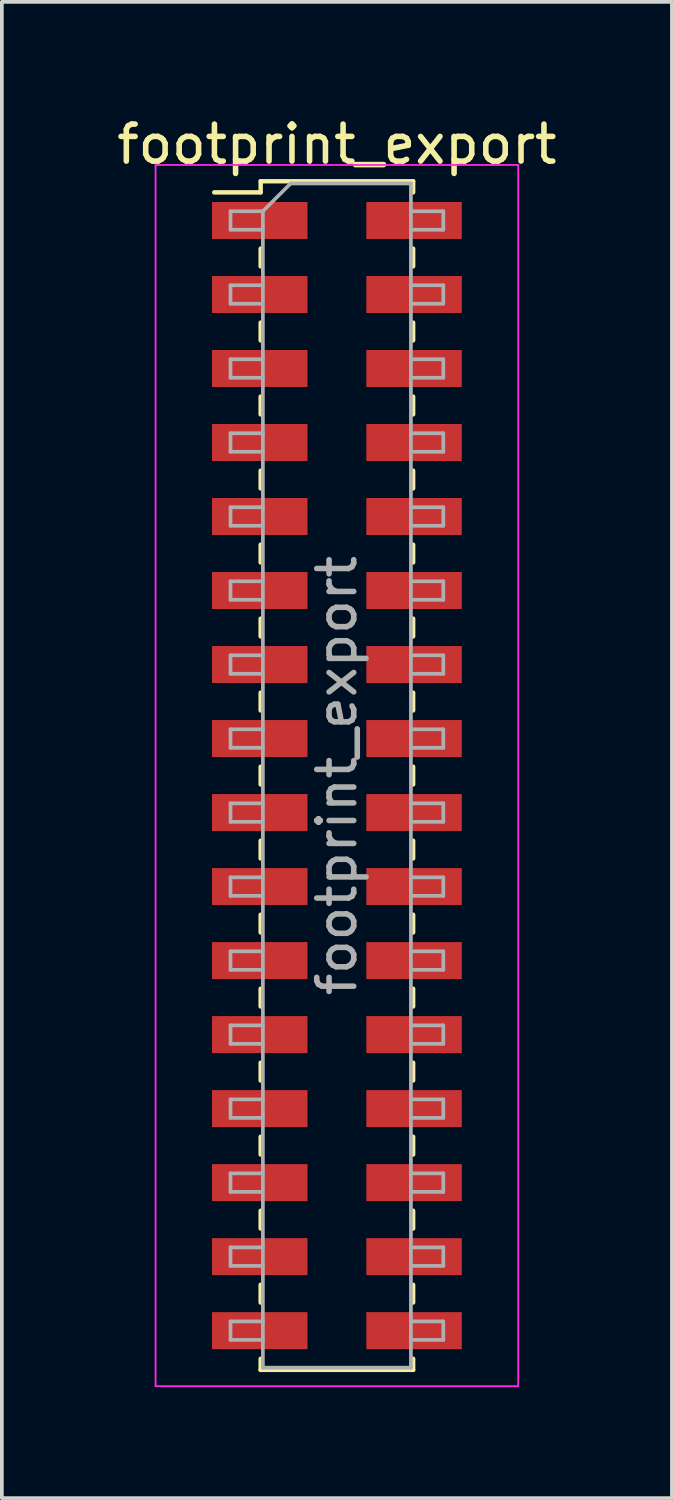
<source format=kicad_pcb>
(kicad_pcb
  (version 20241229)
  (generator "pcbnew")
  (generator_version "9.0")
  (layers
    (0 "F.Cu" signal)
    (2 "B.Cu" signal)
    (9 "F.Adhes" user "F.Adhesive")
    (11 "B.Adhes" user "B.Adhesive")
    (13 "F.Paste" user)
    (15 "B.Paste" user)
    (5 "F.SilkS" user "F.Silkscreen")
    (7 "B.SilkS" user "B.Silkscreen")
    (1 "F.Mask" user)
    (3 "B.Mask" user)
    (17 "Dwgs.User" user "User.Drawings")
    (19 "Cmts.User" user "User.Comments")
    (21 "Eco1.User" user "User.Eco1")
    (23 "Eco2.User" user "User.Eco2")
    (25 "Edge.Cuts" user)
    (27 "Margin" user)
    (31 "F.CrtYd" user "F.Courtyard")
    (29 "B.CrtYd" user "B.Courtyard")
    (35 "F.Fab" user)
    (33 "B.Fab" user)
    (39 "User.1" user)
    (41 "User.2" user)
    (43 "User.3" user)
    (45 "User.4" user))
  (footprint "footprint_export"
    (layer "F.Cu")
    (at 6.054 17.908)
    (property "Reference" "footprint_export" (at 0 -17.06 0) (layer "F.SilkS") (effects (font (size 1 1) (thickness 0.15))))
    (attr smd)
    (fp_line (start -3.315 -15.76) (end -2.06 -15.76) (stroke (width 0.12) (type solid)) (layer "F.SilkS"))
    (fp_line (start -2.06 -16.06) (end -2.06 -15.76) (stroke (width 0.12) (type solid)) (layer "F.SilkS"))
    (fp_line (start -2.06 -16.06) (end 2.06 -16.06) (stroke (width 0.12) (type solid)) (layer "F.SilkS"))
    (fp_line (start -2.06 -14.24) (end -2.06 -13.76) (stroke (width 0.12) (type solid)) (layer "F.SilkS"))
    (fp_line (start -2.06 -12.24) (end -2.06 -11.76) (stroke (width 0.12) (type solid)) (layer "F.SilkS"))
    (fp_line (start -2.06 -10.24) (end -2.06 -9.76) (stroke (width 0.12) (type solid)) (layer "F.SilkS"))
    (fp_line (start -2.06 -8.24) (end -2.06 -7.76) (stroke (width 0.12) (type solid)) (layer "F.SilkS"))
    (fp_line (start -2.06 -6.24) (end -2.06 -5.76) (stroke (width 0.12) (type solid)) (layer "F.SilkS"))
    (fp_line (start -2.06 -4.24) (end -2.06 -3.76) (stroke (width 0.12) (type solid)) (layer "F.SilkS"))
    (fp_line (start -2.06 -2.24) (end -2.06 -1.76) (stroke (width 0.12) (type solid)) (layer "F.SilkS"))
    (fp_line (start -2.06 -0.24) (end -2.06 0.24) (stroke (width 0.12) (type solid)) (layer "F.SilkS"))
    (fp_line (start -2.06 1.76) (end -2.06 2.24) (stroke (width 0.12) (type solid)) (layer "F.SilkS"))
    (fp_line (start -2.06 3.76) (end -2.06 4.24) (stroke (width 0.12) (type solid)) (layer "F.SilkS"))
    (fp_line (start -2.06 5.76) (end -2.06 6.24) (stroke (width 0.12) (type solid)) (layer "F.SilkS"))
    (fp_line (start -2.06 7.76) (end -2.06 8.24) (stroke (width 0.12) (type solid)) (layer "F.SilkS"))
    (fp_line (start -2.06 9.76) (end -2.06 10.24) (stroke (width 0.12) (type solid)) (layer "F.SilkS"))
    (fp_line (start -2.06 11.76) (end -2.06 12.24) (stroke (width 0.12) (type solid)) (layer "F.SilkS"))
    (fp_line (start -2.06 13.76) (end -2.06 14.24) (stroke (width 0.12) (type solid)) (layer "F.SilkS"))
    (fp_line (start -2.06 15.76) (end -2.06 16.06) (stroke (width 0.12) (type solid)) (layer "F.SilkS"))
    (fp_line (start -2.06 16.06) (end 2.06 16.06) (stroke (width 0.12) (type solid)) (layer "F.SilkS"))
    (fp_line (start 2.06 -16.06) (end 2.06 -15.76) (stroke (width 0.12) (type solid)) (layer "F.SilkS"))
    (fp_line (start 2.06 -14.24) (end 2.06 -13.76) (stroke (width 0.12) (type solid)) (layer "F.SilkS"))
    (fp_line (start 2.06 -12.24) (end 2.06 -11.76) (stroke (width 0.12) (type solid)) (layer "F.SilkS"))
    (fp_line (start 2.06 -10.24) (end 2.06 -9.76) (stroke (width 0.12) (type solid)) (layer "F.SilkS"))
    (fp_line (start 2.06 -8.24) (end 2.06 -7.76) (stroke (width 0.12) (type solid)) (layer "F.SilkS"))
    (fp_line (start 2.06 -6.24) (end 2.06 -5.76) (stroke (width 0.12) (type solid)) (layer "F.SilkS"))
    (fp_line (start 2.06 -4.24) (end 2.06 -3.76) (stroke (width 0.12) (type solid)) (layer "F.SilkS"))
    (fp_line (start 2.06 -2.24) (end 2.06 -1.76) (stroke (width 0.12) (type solid)) (layer "F.SilkS"))
    (fp_line (start 2.06 -0.24) (end 2.06 0.24) (stroke (width 0.12) (type solid)) (layer "F.SilkS"))
    (fp_line (start 2.06 1.76) (end 2.06 2.24) (stroke (width 0.12) (type solid)) (layer "F.SilkS"))
    (fp_line (start 2.06 3.76) (end 2.06 4.24) (stroke (width 0.12) (type solid)) (layer "F.SilkS"))
    (fp_line (start 2.06 5.76) (end 2.06 6.24) (stroke (width 0.12) (type solid)) (layer "F.SilkS"))
    (fp_line (start 2.06 7.76) (end 2.06 8.24) (stroke (width 0.12) (type solid)) (layer "F.SilkS"))
    (fp_line (start 2.06 9.76) (end 2.06 10.24) (stroke (width 0.12) (type solid)) (layer "F.SilkS"))
    (fp_line (start 2.06 11.76) (end 2.06 12.24) (stroke (width 0.12) (type solid)) (layer "F.SilkS"))
    (fp_line (start 2.06 13.76) (end 2.06 14.24) (stroke (width 0.12) (type solid)) (layer "F.SilkS"))
    (fp_line (start 2.06 15.76) (end 2.06 16.06) (stroke (width 0.12) (type solid)) (layer "F.SilkS"))
    (fp_line (start -4.9 -16.5) (end -4.9 16.5) (stroke (width 0.05) (type solid)) (layer "F.CrtYd"))
    (fp_line (start -4.9 16.5) (end 4.9 16.5) (stroke (width 0.05) (type solid)) (layer "F.CrtYd"))
    (fp_line (start 4.9 -16.5) (end -4.9 -16.5) (stroke (width 0.05) (type solid)) (layer "F.CrtYd"))
    (fp_line (start 4.9 16.5) (end 4.9 -16.5) (stroke (width 0.05) (type solid)) (layer "F.CrtYd"))
    (fp_line (start -2.875 -15.25) (end -2.875 -14.75) (stroke (width 0.1) (type solid)) (layer "F.Fab"))
    (fp_line (start -2.875 -14.75) (end -2 -14.75) (stroke (width 0.1) (type solid)) (layer "F.Fab"))
    (fp_line (start -2.875 -13.25) (end -2.875 -12.75) (stroke (width 0.1) (type solid)) (layer "F.Fab"))
    (fp_line (start -2.875 -12.75) (end -2 -12.75) (stroke (width 0.1) (type solid)) (layer "F.Fab"))
    (fp_line (start -2.875 -11.25) (end -2.875 -10.75) (stroke (width 0.1) (type solid)) (layer "F.Fab"))
    (fp_line (start -2.875 -10.75) (end -2 -10.75) (stroke (width 0.1) (type solid)) (layer "F.Fab"))
    (fp_line (start -2.875 -9.25) (end -2.875 -8.75) (stroke (width 0.1) (type solid)) (layer "F.Fab"))
    (fp_line (start -2.875 -8.75) (end -2 -8.75) (stroke (width 0.1) (type solid)) (layer "F.Fab"))
    (fp_line (start -2.875 -7.25) (end -2.875 -6.75) (stroke (width 0.1) (type solid)) (layer "F.Fab"))
    (fp_line (start -2.875 -6.75) (end -2 -6.75) (stroke (width 0.1) (type solid)) (layer "F.Fab"))
    (fp_line (start -2.875 -5.25) (end -2.875 -4.75) (stroke (width 0.1) (type solid)) (layer "F.Fab"))
    (fp_line (start -2.875 -4.75) (end -2 -4.75) (stroke (width 0.1) (type solid)) (layer "F.Fab"))
    (fp_line (start -2.875 -3.25) (end -2.875 -2.75) (stroke (width 0.1) (type solid)) (layer "F.Fab"))
    (fp_line (start -2.875 -2.75) (end -2 -2.75) (stroke (width 0.1) (type solid)) (layer "F.Fab"))
    (fp_line (start -2.875 -1.25) (end -2.875 -0.75) (stroke (width 0.1) (type solid)) (layer "F.Fab"))
    (fp_line (start -2.875 -0.75) (end -2 -0.75) (stroke (width 0.1) (type solid)) (layer "F.Fab"))
    (fp_line (start -2.875 0.75) (end -2.875 1.25) (stroke (width 0.1) (type solid)) (layer "F.Fab"))
    (fp_line (start -2.875 1.25) (end -2 1.25) (stroke (width 0.1) (type solid)) (layer "F.Fab"))
    (fp_line (start -2.875 2.75) (end -2.875 3.25) (stroke (width 0.1) (type solid)) (layer "F.Fab"))
    (fp_line (start -2.875 3.25) (end -2 3.25) (stroke (width 0.1) (type solid)) (layer "F.Fab"))
    (fp_line (start -2.875 4.75) (end -2.875 5.25) (stroke (width 0.1) (type solid)) (layer "F.Fab"))
    (fp_line (start -2.875 5.25) (end -2 5.25) (stroke (width 0.1) (type solid)) (layer "F.Fab"))
    (fp_line (start -2.875 6.75) (end -2.875 7.25) (stroke (width 0.1) (type solid)) (layer "F.Fab"))
    (fp_line (start -2.875 7.25) (end -2 7.25) (stroke (width 0.1) (type solid)) (layer "F.Fab"))
    (fp_line (start -2.875 8.75) (end -2.875 9.25) (stroke (width 0.1) (type solid)) (layer "F.Fab"))
    (fp_line (start -2.875 9.25) (end -2 9.25) (stroke (width 0.1) (type solid)) (layer "F.Fab"))
    (fp_line (start -2.875 10.75) (end -2.875 11.25) (stroke (width 0.1) (type solid)) (layer "F.Fab"))
    (fp_line (start -2.875 11.25) (end -2 11.25) (stroke (width 0.1) (type solid)) (layer "F.Fab"))
    (fp_line (start -2.875 12.75) (end -2.875 13.25) (stroke (width 0.1) (type solid)) (layer "F.Fab"))
    (fp_line (start -2.875 13.25) (end -2 13.25) (stroke (width 0.1) (type solid)) (layer "F.Fab"))
    (fp_line (start -2.875 14.75) (end -2.875 15.25) (stroke (width 0.1) (type solid)) (layer "F.Fab"))
    (fp_line (start -2.875 15.25) (end -2 15.25) (stroke (width 0.1) (type solid)) (layer "F.Fab"))
    (fp_line (start -2 -15.25) (end -2.875 -15.25) (stroke (width 0.1) (type solid)) (layer "F.Fab"))
    (fp_line (start -2 -15.25) (end -1.25 -16) (stroke (width 0.1) (type solid)) (layer "F.Fab"))
    (fp_line (start -2 -13.25) (end -2.875 -13.25) (stroke (width 0.1) (type solid)) (layer "F.Fab"))
    (fp_line (start -2 -11.25) (end -2.875 -11.25) (stroke (width 0.1) (type solid)) (layer "F.Fab"))
    (fp_line (start -2 -9.25) (end -2.875 -9.25) (stroke (width 0.1) (type solid)) (layer "F.Fab"))
    (fp_line (start -2 -7.25) (end -2.875 -7.25) (stroke (width 0.1) (type solid)) (layer "F.Fab"))
    (fp_line (start -2 -5.25) (end -2.875 -5.25) (stroke (width 0.1) (type solid)) (layer "F.Fab"))
    (fp_line (start -2 -3.25) (end -2.875 -3.25) (stroke (width 0.1) (type solid)) (layer "F.Fab"))
    (fp_line (start -2 -1.25) (end -2.875 -1.25) (stroke (width 0.1) (type solid)) (layer "F.Fab"))
    (fp_line (start -2 0.75) (end -2.875 0.75) (stroke (width 0.1) (type solid)) (layer "F.Fab"))
    (fp_line (start -2 2.75) (end -2.875 2.75) (stroke (width 0.1) (type solid)) (layer "F.Fab"))
    (fp_line (start -2 4.75) (end -2.875 4.75) (stroke (width 0.1) (type solid)) (layer "F.Fab"))
    (fp_line (start -2 6.75) (end -2.875 6.75) (stroke (width 0.1) (type solid)) (layer "F.Fab"))
    (fp_line (start -2 8.75) (end -2.875 8.75) (stroke (width 0.1) (type solid)) (layer "F.Fab"))
    (fp_line (start -2 10.75) (end -2.875 10.75) (stroke (width 0.1) (type solid)) (layer "F.Fab"))
    (fp_line (start -2 12.75) (end -2.875 12.75) (stroke (width 0.1) (type solid)) (layer "F.Fab"))
    (fp_line (start -2 14.75) (end -2.875 14.75) (stroke (width 0.1) (type solid)) (layer "F.Fab"))
    (fp_line (start -2 16) (end -2 -15.25) (stroke (width 0.1) (type solid)) (layer "F.Fab"))
    (fp_line (start -1.25 -16) (end 2 -16) (stroke (width 0.1) (type solid)) (layer "F.Fab"))
    (fp_line (start 2 -16) (end 2 16) (stroke (width 0.1) (type solid)) (layer "F.Fab"))
    (fp_line (start 2 -15.25) (end 2.875 -15.25) (stroke (width 0.1) (type solid)) (layer "F.Fab"))
    (fp_line (start 2 -13.25) (end 2.875 -13.25) (stroke (width 0.1) (type solid)) (layer "F.Fab"))
    (fp_line (start 2 -11.25) (end 2.875 -11.25) (stroke (width 0.1) (type solid)) (layer "F.Fab"))
    (fp_line (start 2 -9.25) (end 2.875 -9.25) (stroke (width 0.1) (type solid)) (layer "F.Fab"))
    (fp_line (start 2 -7.25) (end 2.875 -7.25) (stroke (width 0.1) (type solid)) (layer "F.Fab"))
    (fp_line (start 2 -5.25) (end 2.875 -5.25) (stroke (width 0.1) (type solid)) (layer "F.Fab"))
    (fp_line (start 2 -3.25) (end 2.875 -3.25) (stroke (width 0.1) (type solid)) (layer "F.Fab"))
    (fp_line (start 2 -1.25) (end 2.875 -1.25) (stroke (width 0.1) (type solid)) (layer "F.Fab"))
    (fp_line (start 2 0.75) (end 2.875 0.75) (stroke (width 0.1) (type solid)) (layer "F.Fab"))
    (fp_line (start 2 2.75) (end 2.875 2.75) (stroke (width 0.1) (type solid)) (layer "F.Fab"))
    (fp_line (start 2 4.75) (end 2.875 4.75) (stroke (width 0.1) (type solid)) (layer "F.Fab"))
    (fp_line (start 2 6.75) (end 2.875 6.75) (stroke (width 0.1) (type solid)) (layer "F.Fab"))
    (fp_line (start 2 8.75) (end 2.875 8.75) (stroke (width 0.1) (type solid)) (layer "F.Fab"))
    (fp_line (start 2 10.75) (end 2.875 10.75) (stroke (width 0.1) (type solid)) (layer "F.Fab"))
    (fp_line (start 2 12.75) (end 2.875 12.75) (stroke (width 0.1) (type solid)) (layer "F.Fab"))
    (fp_line (start 2 14.75) (end 2.875 14.75) (stroke (width 0.1) (type solid)) (layer "F.Fab"))
    (fp_line (start 2 16) (end -2 16) (stroke (width 0.1) (type solid)) (layer "F.Fab"))
    (fp_line (start 2.875 -15.25) (end 2.875 -14.75) (stroke (width 0.1) (type solid)) (layer "F.Fab"))
    (fp_line (start 2.875 -14.75) (end 2 -14.75) (stroke (width 0.1) (type solid)) (layer "F.Fab"))
    (fp_line (start 2.875 -13.25) (end 2.875 -12.75) (stroke (width 0.1) (type solid)) (layer "F.Fab"))
    (fp_line (start 2.875 -12.75) (end 2 -12.75) (stroke (width 0.1) (type solid)) (layer "F.Fab"))
    (fp_line (start 2.875 -11.25) (end 2.875 -10.75) (stroke (width 0.1) (type solid)) (layer "F.Fab"))
    (fp_line (start 2.875 -10.75) (end 2 -10.75) (stroke (width 0.1) (type solid)) (layer "F.Fab"))
    (fp_line (start 2.875 -9.25) (end 2.875 -8.75) (stroke (width 0.1) (type solid)) (layer "F.Fab"))
    (fp_line (start 2.875 -8.75) (end 2 -8.75) (stroke (width 0.1) (type solid)) (layer "F.Fab"))
    (fp_line (start 2.875 -7.25) (end 2.875 -6.75) (stroke (width 0.1) (type solid)) (layer "F.Fab"))
    (fp_line (start 2.875 -6.75) (end 2 -6.75) (stroke (width 0.1) (type solid)) (layer "F.Fab"))
    (fp_line (start 2.875 -5.25) (end 2.875 -4.75) (stroke (width 0.1) (type solid)) (layer "F.Fab"))
    (fp_line (start 2.875 -4.75) (end 2 -4.75) (stroke (width 0.1) (type solid)) (layer "F.Fab"))
    (fp_line (start 2.875 -3.25) (end 2.875 -2.75) (stroke (width 0.1) (type solid)) (layer "F.Fab"))
    (fp_line (start 2.875 -2.75) (end 2 -2.75) (stroke (width 0.1) (type solid)) (layer "F.Fab"))
    (fp_line (start 2.875 -1.25) (end 2.875 -0.75) (stroke (width 0.1) (type solid)) (layer "F.Fab"))
    (fp_line (start 2.875 -0.75) (end 2 -0.75) (stroke (width 0.1) (type solid)) (layer "F.Fab"))
    (fp_line (start 2.875 0.75) (end 2.875 1.25) (stroke (width 0.1) (type solid)) (layer "F.Fab"))
    (fp_line (start 2.875 1.25) (end 2 1.25) (stroke (width 0.1) (type solid)) (layer "F.Fab"))
    (fp_line (start 2.875 2.75) (end 2.875 3.25) (stroke (width 0.1) (type solid)) (layer "F.Fab"))
    (fp_line (start 2.875 3.25) (end 2 3.25) (stroke (width 0.1) (type solid)) (layer "F.Fab"))
    (fp_line (start 2.875 4.75) (end 2.875 5.25) (stroke (width 0.1) (type solid)) (layer "F.Fab"))
    (fp_line (start 2.875 5.25) (end 2 5.25) (stroke (width 0.1) (type solid)) (layer "F.Fab"))
    (fp_line (start 2.875 6.75) (end 2.875 7.25) (stroke (width 0.1) (type solid)) (layer "F.Fab"))
    (fp_line (start 2.875 7.25) (end 2 7.25) (stroke (width 0.1) (type solid)) (layer "F.Fab"))
    (fp_line (start 2.875 8.75) (end 2.875 9.25) (stroke (width 0.1) (type solid)) (layer "F.Fab"))
    (fp_line (start 2.875 9.25) (end 2 9.25) (stroke (width 0.1) (type solid)) (layer "F.Fab"))
    (fp_line (start 2.875 10.75) (end 2.875 11.25) (stroke (width 0.1) (type solid)) (layer "F.Fab"))
    (fp_line (start 2.875 11.25) (end 2 11.25) (stroke (width 0.1) (type solid)) (layer "F.Fab"))
    (fp_line (start 2.875 12.75) (end 2.875 13.25) (stroke (width 0.1) (type solid)) (layer "F.Fab"))
    (fp_line (start 2.875 13.25) (end 2 13.25) (stroke (width 0.1) (type solid)) (layer "F.Fab"))
    (fp_line (start 2.875 14.75) (end 2.875 15.25) (stroke (width 0.1) (type solid)) (layer "F.Fab"))
    (fp_line (start 2.875 15.25) (end 2 15.25) (stroke (width 0.1) (type solid)) (layer "F.Fab"))
    (fp_text user "${REFERENCE}" (at 0 0 90) (layer "F.Fab") (effects (font (size 1 1) (thickness 0.15))))
    (pad "1" smd rect (at -2.085 -15) (size 2.58 1) (layers "F.Cu" "F.Mask" "F.Paste"))
    (pad "2" smd rect (at 2.085 -15) (size 2.58 1) (layers "F.Cu" "F.Mask" "F.Paste"))
    (pad "3" smd rect (at -2.085 -13) (size 2.58 1) (layers "F.Cu" "F.Mask" "F.Paste"))
    (pad "4" smd rect (at 2.085 -13) (size 2.58 1) (layers "F.Cu" "F.Mask" "F.Paste"))
    (pad "5" smd rect (at -2.085 -11) (size 2.58 1) (layers "F.Cu" "F.Mask" "F.Paste"))
    (pad "6" smd rect (at 2.085 -11) (size 2.58 1) (layers "F.Cu" "F.Mask" "F.Paste"))
    (pad "7" smd rect (at -2.085 -9) (size 2.58 1) (layers "F.Cu" "F.Mask" "F.Paste"))
    (pad "8" smd rect (at 2.085 -9) (size 2.58 1) (layers "F.Cu" "F.Mask" "F.Paste"))
    (pad "9" smd rect (at -2.085 -7) (size 2.58 1) (layers "F.Cu" "F.Mask" "F.Paste"))
    (pad "10" smd rect (at 2.085 -7) (size 2.58 1) (layers "F.Cu" "F.Mask" "F.Paste"))
    (pad "11" smd rect (at -2.085 -5) (size 2.58 1) (layers "F.Cu" "F.Mask" "F.Paste"))
    (pad "12" smd rect (at 2.085 -5) (size 2.58 1) (layers "F.Cu" "F.Mask" "F.Paste"))
    (pad "13" smd rect (at -2.085 -3) (size 2.58 1) (layers "F.Cu" "F.Mask" "F.Paste"))
    (pad "14" smd rect (at 2.085 -3) (size 2.58 1) (layers "F.Cu" "F.Mask" "F.Paste"))
    (pad "15" smd rect (at -2.085 -1) (size 2.58 1) (layers "F.Cu" "F.Mask" "F.Paste"))
    (pad "16" smd rect (at 2.085 -1) (size 2.58 1) (layers "F.Cu" "F.Mask" "F.Paste"))
    (pad "17" smd rect (at -2.085 1) (size 2.58 1) (layers "F.Cu" "F.Mask" "F.Paste"))
    (pad "18" smd rect (at 2.085 1) (size 2.58 1) (layers "F.Cu" "F.Mask" "F.Paste"))
    (pad "19" smd rect (at -2.085 3) (size 2.58 1) (layers "F.Cu" "F.Mask" "F.Paste"))
    (pad "20" smd rect (at 2.085 3) (size 2.58 1) (layers "F.Cu" "F.Mask" "F.Paste"))
    (pad "21" smd rect (at -2.085 5) (size 2.58 1) (layers "F.Cu" "F.Mask" "F.Paste"))
    (pad "22" smd rect (at 2.085 5) (size 2.58 1) (layers "F.Cu" "F.Mask" "F.Paste"))
    (pad "23" smd rect (at -2.085 7) (size 2.58 1) (layers "F.Cu" "F.Mask" "F.Paste"))
    (pad "24" smd rect (at 2.085 7) (size 2.58 1) (layers "F.Cu" "F.Mask" "F.Paste"))
    (pad "25" smd rect (at -2.085 9) (size 2.58 1) (layers "F.Cu" "F.Mask" "F.Paste"))
    (pad "26" smd rect (at 2.085 9) (size 2.58 1) (layers "F.Cu" "F.Mask" "F.Paste"))
    (pad "27" smd rect (at -2.085 11) (size 2.58 1) (layers "F.Cu" "F.Mask" "F.Paste"))
    (pad "28" smd rect (at 2.085 11) (size 2.58 1) (layers "F.Cu" "F.Mask" "F.Paste"))
    (pad "29" smd rect (at -2.085 13) (size 2.58 1) (layers "F.Cu" "F.Mask" "F.Paste"))
    (pad "30" smd rect (at 2.085 13) (size 2.58 1) (layers "F.Cu" "F.Mask" "F.Paste"))
    (pad "31" smd rect (at -2.085 15) (size 2.58 1) (layers "F.Cu" "F.Mask" "F.Paste"))
    (pad "32" smd rect (at 2.085 15) (size 2.58 1) (layers "F.Cu" "F.Mask" "F.Paste")))
  (gr_rect
    (start -3 -3)
    (end 15.107 37.433)
    (stroke (width 0.1) (type default))
    (fill no)
    (layer "Edge.Cuts")))
</source>
